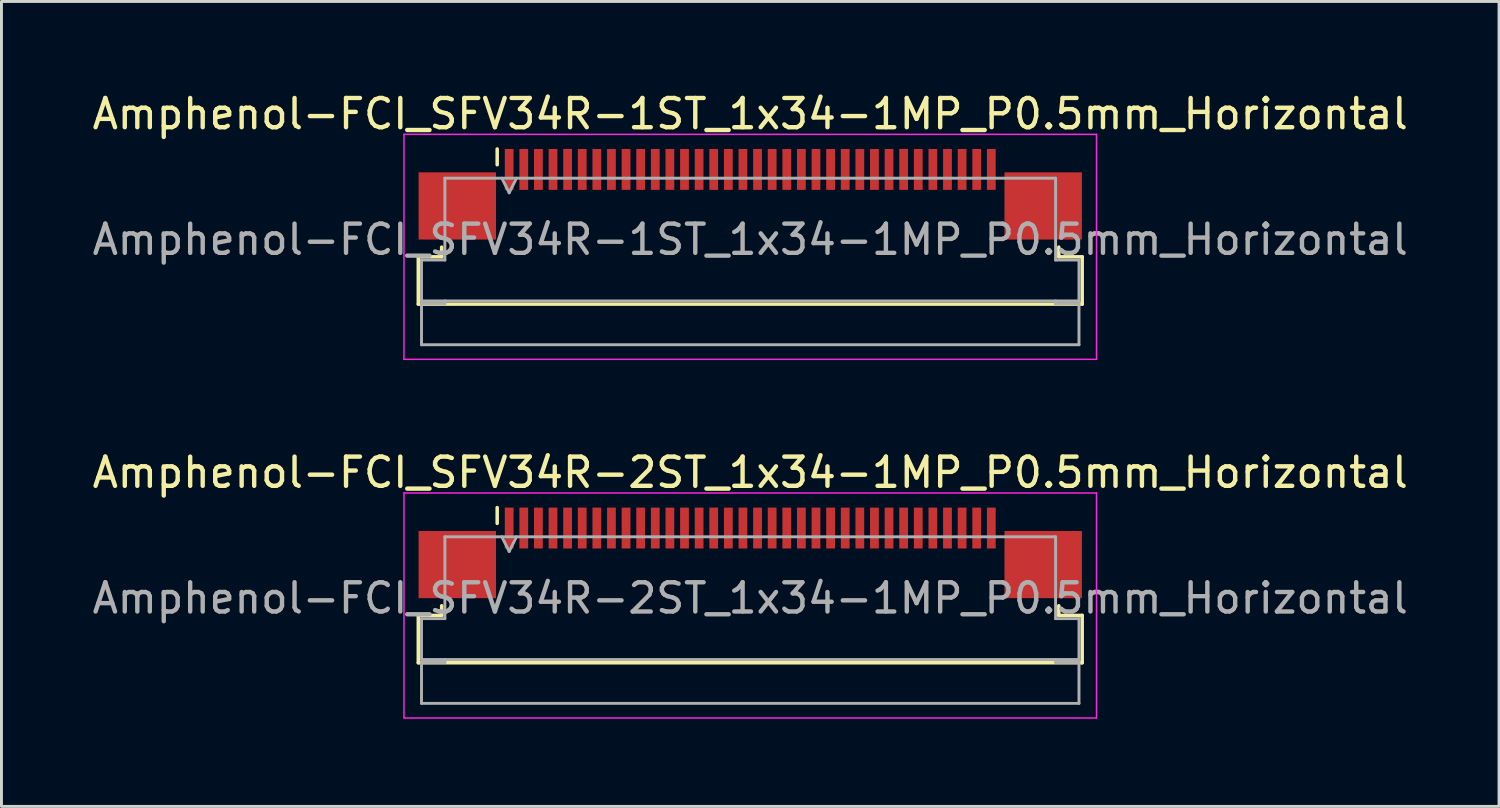
<source format=kicad_pcb>
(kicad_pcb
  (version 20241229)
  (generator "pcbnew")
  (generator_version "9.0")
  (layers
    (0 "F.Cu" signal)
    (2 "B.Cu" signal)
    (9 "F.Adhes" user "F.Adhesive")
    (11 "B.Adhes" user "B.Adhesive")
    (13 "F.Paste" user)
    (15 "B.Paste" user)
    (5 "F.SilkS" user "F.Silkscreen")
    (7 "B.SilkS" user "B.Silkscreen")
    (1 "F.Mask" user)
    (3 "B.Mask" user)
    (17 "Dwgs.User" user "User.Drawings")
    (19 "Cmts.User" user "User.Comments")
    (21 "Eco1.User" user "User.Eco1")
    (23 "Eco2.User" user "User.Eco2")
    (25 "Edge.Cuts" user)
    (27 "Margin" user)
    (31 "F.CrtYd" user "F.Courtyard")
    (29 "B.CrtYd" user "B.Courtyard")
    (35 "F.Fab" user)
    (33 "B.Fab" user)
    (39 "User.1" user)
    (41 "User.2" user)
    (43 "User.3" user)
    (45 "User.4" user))
  (footprint "Amphenol-FCI_SFV34R-2ST_1x34-1MP_P0.5mm_Horizontal"
    (layer "F.Cu")
    (at 22.625 17.021)
    (property "Reference" "Amphenol-FCI_SFV34R-2ST_1x34-1MP_P0.5mm_Horizontal" (at 0 -3.9 0) (layer "F.SilkS") (effects (font (size 1 1) (thickness 0.15))))
    (attr smd)
    (fp_line (start -11.36 0.99) (end -10.56 0.99) (stroke (width 0.12) (type solid)) (layer "F.SilkS"))
    (fp_line (start -11.36 2.61) (end -11.36 0.99) (stroke (width 0.12) (type solid)) (layer "F.SilkS"))
    (fp_line (start -10.56 0.99) (end -10.56 0.66) (stroke (width 0.12) (type solid)) (layer "F.SilkS"))
    (fp_line (start -8.66 -2.16) (end -8.66 -2.7) (stroke (width 0.12) (type solid)) (layer "F.SilkS"))
    (fp_line (start 10.56 0.66) (end 10.56 0.99) (stroke (width 0.12) (type solid)) (layer "F.SilkS"))
    (fp_line (start 10.56 0.99) (end 11.36 0.99) (stroke (width 0.12) (type solid)) (layer "F.SilkS"))
    (fp_line (start 11.36 0.99) (end 11.36 2.61) (stroke (width 0.12) (type solid)) (layer "F.SilkS"))
    (fp_line (start 11.36 2.61) (end -11.36 2.61) (stroke (width 0.12) (type solid)) (layer "F.SilkS"))
    (fp_line (start -11.85 -3.2) (end -11.85 4.5) (stroke (width 0.05) (type solid)) (layer "F.CrtYd"))
    (fp_line (start -11.85 4.5) (end 11.85 4.5) (stroke (width 0.05) (type solid)) (layer "F.CrtYd"))
    (fp_line (start 11.85 -3.2) (end -11.85 -3.2) (stroke (width 0.05) (type solid)) (layer "F.CrtYd"))
    (fp_line (start 11.85 4.5) (end 11.85 -3.2) (stroke (width 0.05) (type solid)) (layer "F.CrtYd"))
    (fp_line (start -11.25 1.1) (end -10.45 1.1) (stroke (width 0.1) (type solid)) (layer "F.Fab"))
    (fp_line (start -11.25 2.5) (end -11.25 1.1) (stroke (width 0.1) (type solid)) (layer "F.Fab"))
    (fp_line (start -11.25 2.6) (end -10.45 2.6) (stroke (width 0.1) (type solid)) (layer "F.Fab"))
    (fp_line (start -11.25 4) (end -11.25 2.6) (stroke (width 0.1) (type solid)) (layer "F.Fab"))
    (fp_line (start -10.45 -1.7) (end 10.45 -1.7) (stroke (width 0.1) (type solid)) (layer "F.Fab"))
    (fp_line (start -10.45 1.1) (end -10.45 -1.7) (stroke (width 0.1) (type solid)) (layer "F.Fab"))
    (fp_line (start -10.45 2.6) (end -10.45 2.5) (stroke (width 0.1) (type solid)) (layer "F.Fab"))
    (fp_line (start -8.5 -1.7) (end -8.25 -1.2) (stroke (width 0.1) (type solid)) (layer "F.Fab"))
    (fp_line (start -8.25 -1.2) (end -8 -1.7) (stroke (width 0.1) (type solid)) (layer "F.Fab"))
    (fp_line (start 10.45 -1.7) (end 10.45 1.1) (stroke (width 0.1) (type solid)) (layer "F.Fab"))
    (fp_line (start 10.45 1.1) (end 11.25 1.1) (stroke (width 0.1) (type solid)) (layer "F.Fab"))
    (fp_line (start 10.45 2.5) (end 10.45 2.6) (stroke (width 0.1) (type solid)) (layer "F.Fab"))
    (fp_line (start 10.45 2.6) (end 11.25 2.6) (stroke (width 0.1) (type solid)) (layer "F.Fab"))
    (fp_line (start 11.25 1.1) (end 11.25 2.5) (stroke (width 0.1) (type solid)) (layer "F.Fab"))
    (fp_line (start 11.25 2.5) (end -11.25 2.5) (stroke (width 0.1) (type solid)) (layer "F.Fab"))
    (fp_line (start 11.25 2.6) (end 11.25 4) (stroke (width 0.1) (type solid)) (layer "F.Fab"))
    (fp_line (start 11.25 4) (end -11.25 4) (stroke (width 0.1) (type solid)) (layer "F.Fab"))
    (fp_text user "${REFERENCE}" (at 0 0.4 0) (layer "F.Fab") (effects (font (size 1 1) (thickness 0.15))))
    (pad "1" smd rect (at -8.25 -2) (size 0.3 1.4) (layers "F.Cu" "F.Mask" "F.Paste"))
    (pad "2" smd rect (at -7.75 -2) (size 0.3 1.4) (layers "F.Cu" "F.Mask" "F.Paste"))
    (pad "3" smd rect (at -7.25 -2) (size 0.3 1.4) (layers "F.Cu" "F.Mask" "F.Paste"))
    (pad "4" smd rect (at -6.75 -2) (size 0.3 1.4) (layers "F.Cu" "F.Mask" "F.Paste"))
    (pad "5" smd rect (at -6.25 -2) (size 0.3 1.4) (layers "F.Cu" "F.Mask" "F.Paste"))
    (pad "6" smd rect (at -5.75 -2) (size 0.3 1.4) (layers "F.Cu" "F.Mask" "F.Paste"))
    (pad "7" smd rect (at -5.25 -2) (size 0.3 1.4) (layers "F.Cu" "F.Mask" "F.Paste"))
    (pad "8" smd rect (at -4.75 -2) (size 0.3 1.4) (layers "F.Cu" "F.Mask" "F.Paste"))
    (pad "9" smd rect (at -4.25 -2) (size 0.3 1.4) (layers "F.Cu" "F.Mask" "F.Paste"))
    (pad "10" smd rect (at -3.75 -2) (size 0.3 1.4) (layers "F.Cu" "F.Mask" "F.Paste"))
    (pad "11" smd rect (at -3.25 -2) (size 0.3 1.4) (layers "F.Cu" "F.Mask" "F.Paste"))
    (pad "12" smd rect (at -2.75 -2) (size 0.3 1.4) (layers "F.Cu" "F.Mask" "F.Paste"))
    (pad "13" smd rect (at -2.25 -2) (size 0.3 1.4) (layers "F.Cu" "F.Mask" "F.Paste"))
    (pad "14" smd rect (at -1.75 -2) (size 0.3 1.4) (layers "F.Cu" "F.Mask" "F.Paste"))
    (pad "15" smd rect (at -1.25 -2) (size 0.3 1.4) (layers "F.Cu" "F.Mask" "F.Paste"))
    (pad "16" smd rect (at -0.75 -2) (size 0.3 1.4) (layers "F.Cu" "F.Mask" "F.Paste"))
    (pad "17" smd rect (at -0.25 -2) (size 0.3 1.4) (layers "F.Cu" "F.Mask" "F.Paste"))
    (pad "18" smd rect (at 0.25 -2) (size 0.3 1.4) (layers "F.Cu" "F.Mask" "F.Paste"))
    (pad "19" smd rect (at 0.75 -2) (size 0.3 1.4) (layers "F.Cu" "F.Mask" "F.Paste"))
    (pad "20" smd rect (at 1.25 -2) (size 0.3 1.4) (layers "F.Cu" "F.Mask" "F.Paste"))
    (pad "21" smd rect (at 1.75 -2) (size 0.3 1.4) (layers "F.Cu" "F.Mask" "F.Paste"))
    (pad "22" smd rect (at 2.25 -2) (size 0.3 1.4) (layers "F.Cu" "F.Mask" "F.Paste"))
    (pad "23" smd rect (at 2.75 -2) (size 0.3 1.4) (layers "F.Cu" "F.Mask" "F.Paste"))
    (pad "24" smd rect (at 3.25 -2) (size 0.3 1.4) (layers "F.Cu" "F.Mask" "F.Paste"))
    (pad "25" smd rect (at 3.75 -2) (size 0.3 1.4) (layers "F.Cu" "F.Mask" "F.Paste"))
    (pad "26" smd rect (at 4.25 -2) (size 0.3 1.4) (layers "F.Cu" "F.Mask" "F.Paste"))
    (pad "27" smd rect (at 4.75 -2) (size 0.3 1.4) (layers "F.Cu" "F.Mask" "F.Paste"))
    (pad "28" smd rect (at 5.25 -2) (size 0.3 1.4) (layers "F.Cu" "F.Mask" "F.Paste"))
    (pad "29" smd rect (at 5.75 -2) (size 0.3 1.4) (layers "F.Cu" "F.Mask" "F.Paste"))
    (pad "30" smd rect (at 6.25 -2) (size 0.3 1.4) (layers "F.Cu" "F.Mask" "F.Paste"))
    (pad "31" smd rect (at 6.75 -2) (size 0.3 1.4) (layers "F.Cu" "F.Mask" "F.Paste"))
    (pad "32" smd rect (at 7.25 -2) (size 0.3 1.4) (layers "F.Cu" "F.Mask" "F.Paste"))
    (pad "33" smd rect (at 7.75 -2) (size 0.3 1.4) (layers "F.Cu" "F.Mask" "F.Paste"))
    (pad "34" smd rect (at 8.25 -2) (size 0.3 1.4) (layers "F.Cu" "F.Mask" "F.Paste"))
    (pad "MP" smd rect (at -10.025 -0.75) (size 2.65 2.3) (layers "F.Cu" "F.Mask" "F.Paste"))
    (pad "MP" smd rect (at 10.025 -0.75) (size 2.65 2.3) (layers "F.Cu" "F.Mask" "F.Paste")))
  (footprint "Amphenol-FCI_SFV34R-1ST_1x34-1MP_P0.5mm_Horizontal"
    (layer "F.Cu")
    (at 22.625 4.748)
    (property "Reference" "Amphenol-FCI_SFV34R-1ST_1x34-1MP_P0.5mm_Horizontal" (at 0 -3.9 0) (layer "F.SilkS") (effects (font (size 1 1) (thickness 0.15))))
    (attr smd)
    (fp_line (start -11.36 0.99) (end -10.56 0.99) (stroke (width 0.12) (type solid)) (layer "F.SilkS"))
    (fp_line (start -11.36 2.61) (end -11.36 0.99) (stroke (width 0.12) (type solid)) (layer "F.SilkS"))
    (fp_line (start -10.56 0.99) (end -10.56 0.66) (stroke (width 0.12) (type solid)) (layer "F.SilkS"))
    (fp_line (start -8.66 -2.16) (end -8.66 -2.7) (stroke (width 0.12) (type solid)) (layer "F.SilkS"))
    (fp_line (start 10.56 0.66) (end 10.56 0.99) (stroke (width 0.12) (type solid)) (layer "F.SilkS"))
    (fp_line (start 10.56 0.99) (end 11.36 0.99) (stroke (width 0.12) (type solid)) (layer "F.SilkS"))
    (fp_line (start 11.36 0.99) (end 11.36 2.61) (stroke (width 0.12) (type solid)) (layer "F.SilkS"))
    (fp_line (start 11.36 2.61) (end -11.36 2.61) (stroke (width 0.12) (type solid)) (layer "F.SilkS"))
    (fp_line (start -11.85 -3.2) (end -11.85 4.5) (stroke (width 0.05) (type solid)) (layer "F.CrtYd"))
    (fp_line (start -11.85 4.5) (end 11.85 4.5) (stroke (width 0.05) (type solid)) (layer "F.CrtYd"))
    (fp_line (start 11.85 -3.2) (end -11.85 -3.2) (stroke (width 0.05) (type solid)) (layer "F.CrtYd"))
    (fp_line (start 11.85 4.5) (end 11.85 -3.2) (stroke (width 0.05) (type solid)) (layer "F.CrtYd"))
    (fp_line (start -11.25 1.1) (end -10.45 1.1) (stroke (width 0.1) (type solid)) (layer "F.Fab"))
    (fp_line (start -11.25 2.5) (end -11.25 1.1) (stroke (width 0.1) (type solid)) (layer "F.Fab"))
    (fp_line (start -11.25 2.6) (end -10.45 2.6) (stroke (width 0.1) (type solid)) (layer "F.Fab"))
    (fp_line (start -11.25 4) (end -11.25 2.6) (stroke (width 0.1) (type solid)) (layer "F.Fab"))
    (fp_line (start -10.45 -1.7) (end 10.45 -1.7) (stroke (width 0.1) (type solid)) (layer "F.Fab"))
    (fp_line (start -10.45 1.1) (end -10.45 -1.7) (stroke (width 0.1) (type solid)) (layer "F.Fab"))
    (fp_line (start -10.45 2.6) (end -10.45 2.5) (stroke (width 0.1) (type solid)) (layer "F.Fab"))
    (fp_line (start -8.5 -1.7) (end -8.25 -1.2) (stroke (width 0.1) (type solid)) (layer "F.Fab"))
    (fp_line (start -8.25 -1.2) (end -8 -1.7) (stroke (width 0.1) (type solid)) (layer "F.Fab"))
    (fp_line (start 10.45 -1.7) (end 10.45 1.1) (stroke (width 0.1) (type solid)) (layer "F.Fab"))
    (fp_line (start 10.45 1.1) (end 11.25 1.1) (stroke (width 0.1) (type solid)) (layer "F.Fab"))
    (fp_line (start 10.45 2.5) (end 10.45 2.6) (stroke (width 0.1) (type solid)) (layer "F.Fab"))
    (fp_line (start 10.45 2.6) (end 11.25 2.6) (stroke (width 0.1) (type solid)) (layer "F.Fab"))
    (fp_line (start 11.25 1.1) (end 11.25 2.5) (stroke (width 0.1) (type solid)) (layer "F.Fab"))
    (fp_line (start 11.25 2.5) (end -11.25 2.5) (stroke (width 0.1) (type solid)) (layer "F.Fab"))
    (fp_line (start 11.25 2.6) (end 11.25 4) (stroke (width 0.1) (type solid)) (layer "F.Fab"))
    (fp_line (start 11.25 4) (end -11.25 4) (stroke (width 0.1) (type solid)) (layer "F.Fab"))
    (fp_text user "${REFERENCE}" (at 0 0.4 0) (layer "F.Fab") (effects (font (size 1 1) (thickness 0.15))))
    (pad "1" smd rect (at -8.25 -2) (size 0.3 1.4) (layers "F.Cu" "F.Mask" "F.Paste"))
    (pad "2" smd rect (at -7.75 -2) (size 0.3 1.4) (layers "F.Cu" "F.Mask" "F.Paste"))
    (pad "3" smd rect (at -7.25 -2) (size 0.3 1.4) (layers "F.Cu" "F.Mask" "F.Paste"))
    (pad "4" smd rect (at -6.75 -2) (size 0.3 1.4) (layers "F.Cu" "F.Mask" "F.Paste"))
    (pad "5" smd rect (at -6.25 -2) (size 0.3 1.4) (layers "F.Cu" "F.Mask" "F.Paste"))
    (pad "6" smd rect (at -5.75 -2) (size 0.3 1.4) (layers "F.Cu" "F.Mask" "F.Paste"))
    (pad "7" smd rect (at -5.25 -2) (size 0.3 1.4) (layers "F.Cu" "F.Mask" "F.Paste"))
    (pad "8" smd rect (at -4.75 -2) (size 0.3 1.4) (layers "F.Cu" "F.Mask" "F.Paste"))
    (pad "9" smd rect (at -4.25 -2) (size 0.3 1.4) (layers "F.Cu" "F.Mask" "F.Paste"))
    (pad "10" smd rect (at -3.75 -2) (size 0.3 1.4) (layers "F.Cu" "F.Mask" "F.Paste"))
    (pad "11" smd rect (at -3.25 -2) (size 0.3 1.4) (layers "F.Cu" "F.Mask" "F.Paste"))
    (pad "12" smd rect (at -2.75 -2) (size 0.3 1.4) (layers "F.Cu" "F.Mask" "F.Paste"))
    (pad "13" smd rect (at -2.25 -2) (size 0.3 1.4) (layers "F.Cu" "F.Mask" "F.Paste"))
    (pad "14" smd rect (at -1.75 -2) (size 0.3 1.4) (layers "F.Cu" "F.Mask" "F.Paste"))
    (pad "15" smd rect (at -1.25 -2) (size 0.3 1.4) (layers "F.Cu" "F.Mask" "F.Paste"))
    (pad "16" smd rect (at -0.75 -2) (size 0.3 1.4) (layers "F.Cu" "F.Mask" "F.Paste"))
    (pad "17" smd rect (at -0.25 -2) (size 0.3 1.4) (layers "F.Cu" "F.Mask" "F.Paste"))
    (pad "18" smd rect (at 0.25 -2) (size 0.3 1.4) (layers "F.Cu" "F.Mask" "F.Paste"))
    (pad "19" smd rect (at 0.75 -2) (size 0.3 1.4) (layers "F.Cu" "F.Mask" "F.Paste"))
    (pad "20" smd rect (at 1.25 -2) (size 0.3 1.4) (layers "F.Cu" "F.Mask" "F.Paste"))
    (pad "21" smd rect (at 1.75 -2) (size 0.3 1.4) (layers "F.Cu" "F.Mask" "F.Paste"))
    (pad "22" smd rect (at 2.25 -2) (size 0.3 1.4) (layers "F.Cu" "F.Mask" "F.Paste"))
    (pad "23" smd rect (at 2.75 -2) (size 0.3 1.4) (layers "F.Cu" "F.Mask" "F.Paste"))
    (pad "24" smd rect (at 3.25 -2) (size 0.3 1.4) (layers "F.Cu" "F.Mask" "F.Paste"))
    (pad "25" smd rect (at 3.75 -2) (size 0.3 1.4) (layers "F.Cu" "F.Mask" "F.Paste"))
    (pad "26" smd rect (at 4.25 -2) (size 0.3 1.4) (layers "F.Cu" "F.Mask" "F.Paste"))
    (pad "27" smd rect (at 4.75 -2) (size 0.3 1.4) (layers "F.Cu" "F.Mask" "F.Paste"))
    (pad "28" smd rect (at 5.25 -2) (size 0.3 1.4) (layers "F.Cu" "F.Mask" "F.Paste"))
    (pad "29" smd rect (at 5.75 -2) (size 0.3 1.4) (layers "F.Cu" "F.Mask" "F.Paste"))
    (pad "30" smd rect (at 6.25 -2) (size 0.3 1.4) (layers "F.Cu" "F.Mask" "F.Paste"))
    (pad "31" smd rect (at 6.75 -2) (size 0.3 1.4) (layers "F.Cu" "F.Mask" "F.Paste"))
    (pad "32" smd rect (at 7.25 -2) (size 0.3 1.4) (layers "F.Cu" "F.Mask" "F.Paste"))
    (pad "33" smd rect (at 7.75 -2) (size 0.3 1.4) (layers "F.Cu" "F.Mask" "F.Paste"))
    (pad "34" smd rect (at 8.25 -2) (size 0.3 1.4) (layers "F.Cu" "F.Mask" "F.Paste"))
    (pad "MP" smd rect (at -10.025 -0.75) (size 2.65 2.3) (layers "F.Cu" "F.Mask" "F.Paste"))
    (pad "MP" smd rect (at 10.025 -0.75) (size 2.65 2.3) (layers "F.Cu" "F.Mask" "F.Paste")))
  (gr_rect
    (start -3 -3)
    (end 48.25 24.547)
    (stroke (width 0.1) (type default))
    (fill no)
    (layer "Edge.Cuts")))
</source>
